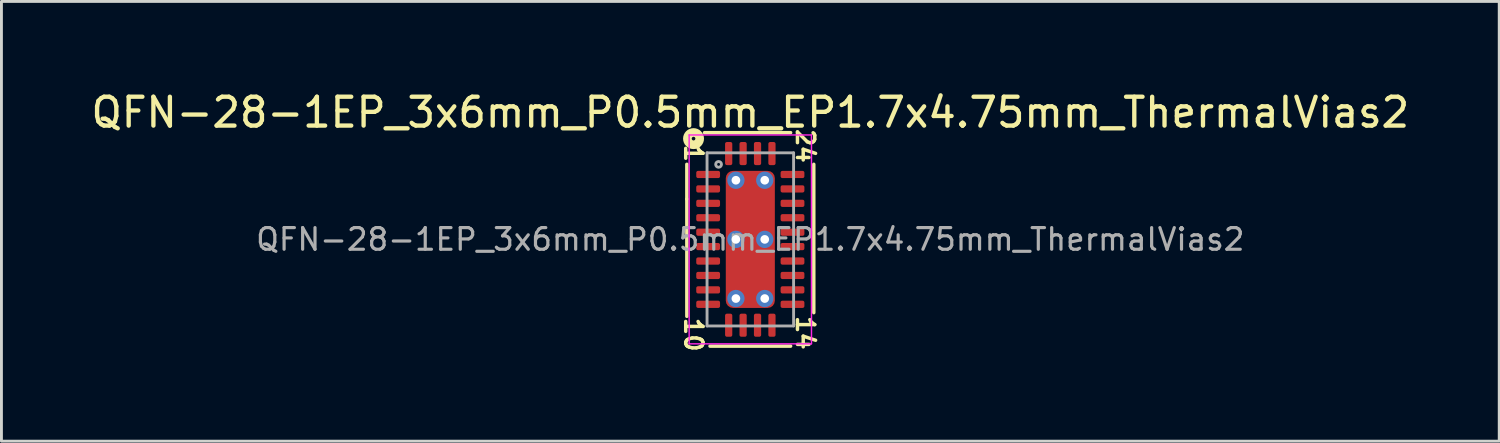
<source format=kicad_pcb>
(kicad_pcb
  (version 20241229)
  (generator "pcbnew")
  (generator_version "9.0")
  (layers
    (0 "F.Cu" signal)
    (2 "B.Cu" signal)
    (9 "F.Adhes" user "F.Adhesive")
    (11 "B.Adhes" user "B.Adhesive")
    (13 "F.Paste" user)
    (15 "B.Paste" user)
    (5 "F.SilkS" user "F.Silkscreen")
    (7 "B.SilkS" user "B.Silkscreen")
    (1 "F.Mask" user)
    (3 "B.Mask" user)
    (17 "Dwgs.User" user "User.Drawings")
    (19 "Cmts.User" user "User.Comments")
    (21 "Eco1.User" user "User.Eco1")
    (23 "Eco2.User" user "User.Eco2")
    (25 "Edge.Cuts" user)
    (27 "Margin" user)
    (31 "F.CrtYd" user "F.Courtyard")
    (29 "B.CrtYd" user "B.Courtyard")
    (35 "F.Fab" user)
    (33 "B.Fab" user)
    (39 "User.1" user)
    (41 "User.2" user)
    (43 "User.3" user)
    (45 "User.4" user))
  (footprint "QFN-28-1EP_3x6mm_P0.5mm_EP1.7x4.75mm_ThermalVias2"
    (layer "F.Cu")
    (at 22.958 5.248)
    (property "Reference" "QFN-28-1EP_3x6mm_P0.5mm_EP1.7x4.75mm_ThermalVias2" (at 0 -4.4 0) (layer "F.SilkS") (effects (font (size 1 1) (thickness 0.15))))
    (attr smd)
    (fp_line (start -2.2 -2.603) (end -2.2 -1.397) (stroke (width 0.12) (type solid)) (layer "F.SilkS"))
    (fp_line (start -2.2 -1.397) (end -2.2 2.667) (stroke (width 0.12) (type solid)) (layer "F.SilkS"))
    (fp_line (start -1.397 3.7) (end 1.397 3.7) (stroke (width 0.12) (type solid)) (layer "F.SilkS"))
    (fp_line (start 1.397 -3.7) (end -1.587 -3.7) (stroke (width 0.12) (type solid)) (layer "F.SilkS"))
    (fp_line (start 2.2 2.54) (end 2.2 -2.603) (stroke (width 0.12) (type solid)) (layer "F.SilkS"))
    (fp_circle (center -1.968 -3.493) (end -1.905 -3.493) (stroke (width 0.3) (type solid)) (fill no) (layer "F.SilkS"))
    (fp_line (start -2.12 -3.62) (end -2.12 3.62) (stroke (width 0.05) (type solid)) (layer "F.CrtYd"))
    (fp_line (start -2.12 3.62) (end 2.12 3.62) (stroke (width 0.05) (type solid)) (layer "F.CrtYd"))
    (fp_line (start 2.12 -3.62) (end -2.12 -3.62) (stroke (width 0.05) (type solid)) (layer "F.CrtYd"))
    (fp_line (start 2.12 3.62) (end 2.12 -3.62) (stroke (width 0.05) (type solid)) (layer "F.CrtYd"))
    (fp_line (start -1.5 -3) (end 1.5 -3) (stroke (width 0.1) (type solid)) (layer "F.Fab"))
    (fp_line (start -1.5 3) (end -1.5 -3) (stroke (width 0.1) (type solid)) (layer "F.Fab"))
    (fp_line (start 1.5 -3) (end 1.5 3) (stroke (width 0.1) (type solid)) (layer "F.Fab"))
    (fp_line (start 1.5 3) (end -1.5 3) (stroke (width 0.1) (type solid)) (layer "F.Fab"))
    (fp_circle (center -1.1 -2.6) (end -1 -2.6) (stroke (width 0.1) (type solid)) (fill no) (layer "F.Fab"))
    (fp_text user "24" (at 1.905 -3.239 270) (unlocked yes) (layer "F.SilkS") (effects (font (size 0.6 0.6) (thickness 0.12))))
    (fp_text user "10" (at -1.968 3.302 270) (unlocked yes) (layer "F.SilkS") (effects (font (size 0.6 0.6) (thickness 0.12))))
    (fp_text user "14" (at 1.905 3.239 270) (unlocked yes) (layer "F.SilkS") (effects (font (size 0.6 0.6) (thickness 0.12))))
    (fp_text user "1" (at -1.968 -2.985 270) (unlocked yes) (layer "F.SilkS") (effects (font (size 0.6 0.6) (thickness 0.12))))
    (fp_text user "${REFERENCE}" (at 0 0 0) (layer "F.Fab") (effects (font (size 0.75 0.75) (thickness 0.11))))
    (pad "" smd roundrect (at -0.362 -1.387) (size 0.525 0.525) (layers "F.Paste") (roundrect_rratio 0.25))
    (pad "" smd roundrect (at -0.362 -0.662) (size 0.525 0.525) (layers "F.Paste") (roundrect_rratio 0.25))
    (pad "" smd roundrect (at -0.362 0.662) (size 0.525 0.525) (layers "F.Paste") (roundrect_rratio 0.25))
    (pad "" smd roundrect (at -0.362 1.387) (size 0.525 0.525) (layers "F.Paste") (roundrect_rratio 0.25))
    (pad "" smd roundrect (at 0 -1.025) (size 1.5 1.45) (layers "F.Mask") (roundrect_rratio 0.172))
    (pad "" smd roundrect (at 0 1.025) (size 1.5 1.45) (layers "F.Mask") (roundrect_rratio 0.172))
    (pad "" smd roundrect (at 0.362 -1.387) (size 0.525 0.525) (layers "F.Paste") (roundrect_rratio 0.25))
    (pad "" smd roundrect (at 0.362 -0.662) (size 0.525 0.525) (layers "F.Paste") (roundrect_rratio 0.25))
    (pad "" smd roundrect (at 0.362 0.662) (size 0.525 0.525) (layers "F.Paste") (roundrect_rratio 0.25))
    (pad "" smd roundrect (at 0.362 1.387) (size 0.525 0.525) (layers "F.Paste") (roundrect_rratio 0.25))
    (pad "1" smd roundrect (at -1.462 -2.25) (size 0.825 0.25) (layers "F.Cu" "F.Mask" "F.Paste") (roundrect_rratio 0.25))
    (pad "2" smd roundrect (at -1.462 -1.75) (size 0.825 0.25) (layers "F.Cu" "F.Mask" "F.Paste") (roundrect_rratio 0.25))
    (pad "3" smd roundrect (at -1.462 -1.25) (size 0.825 0.25) (layers "F.Cu" "F.Mask" "F.Paste") (roundrect_rratio 0.25))
    (pad "4" smd roundrect (at -1.462 -0.75) (size 0.825 0.25) (layers "F.Cu" "F.Mask" "F.Paste") (roundrect_rratio 0.25))
    (pad "5" smd roundrect (at -1.462 -0.25) (size 0.825 0.25) (layers "F.Cu" "F.Mask" "F.Paste") (roundrect_rratio 0.25))
    (pad "6" smd roundrect (at -1.462 0.25) (size 0.825 0.25) (layers "F.Cu" "F.Mask" "F.Paste") (roundrect_rratio 0.25))
    (pad "7" smd roundrect (at -1.462 0.75) (size 0.825 0.25) (layers "F.Cu" "F.Mask" "F.Paste") (roundrect_rratio 0.25))
    (pad "8" smd roundrect (at -1.462 1.25) (size 0.825 0.25) (layers "F.Cu" "F.Mask" "F.Paste") (roundrect_rratio 0.25))
    (pad "9" smd roundrect (at -1.462 1.75) (size 0.825 0.25) (layers "F.Cu" "F.Mask" "F.Paste") (roundrect_rratio 0.25))
    (pad "10" smd roundrect (at -1.462 2.25) (size 0.825 0.25) (layers "F.Cu" "F.Mask" "F.Paste") (roundrect_rratio 0.25))
    (pad "11" smd roundrect (at -0.75 2.975) (size 0.25 0.8) (layers "F.Cu" "F.Mask" "F.Paste") (roundrect_rratio 0.25))
    (pad "12" smd roundrect (at -0.25 2.975) (size 0.25 0.8) (layers "F.Cu" "F.Mask" "F.Paste") (roundrect_rratio 0.25))
    (pad "13" smd roundrect (at 0.25 2.975) (size 0.25 0.8) (layers "F.Cu" "F.Mask" "F.Paste") (roundrect_rratio 0.25))
    (pad "14" smd roundrect (at 0.75 2.975) (size 0.25 0.8) (layers "F.Cu" "F.Mask" "F.Paste") (roundrect_rratio 0.25))
    (pad "15" smd roundrect (at 1.462 2.25) (size 0.825 0.25) (layers "F.Cu" "F.Mask" "F.Paste") (roundrect_rratio 0.25))
    (pad "16" smd roundrect (at 1.462 1.75) (size 0.825 0.25) (layers "F.Cu" "F.Mask" "F.Paste") (roundrect_rratio 0.25))
    (pad "17" smd roundrect (at 1.462 1.25) (size 0.825 0.25) (layers "F.Cu" "F.Mask" "F.Paste") (roundrect_rratio 0.25))
    (pad "18" smd roundrect (at 1.462 0.75) (size 0.825 0.25) (layers "F.Cu" "F.Mask" "F.Paste") (roundrect_rratio 0.25))
    (pad "19" smd roundrect (at 1.462 0.25) (size 0.825 0.25) (layers "F.Cu" "F.Mask" "F.Paste") (roundrect_rratio 0.25))
    (pad "20" smd roundrect (at 1.462 -0.25) (size 0.825 0.25) (layers "F.Cu" "F.Mask" "F.Paste") (roundrect_rratio 0.25))
    (pad "21" smd roundrect (at 1.462 -0.75) (size 0.825 0.25) (layers "F.Cu" "F.Mask" "F.Paste") (roundrect_rratio 0.25))
    (pad "22" smd roundrect (at 1.462 -1.25) (size 0.825 0.25) (layers "F.Cu" "F.Mask" "F.Paste") (roundrect_rratio 0.25))
    (pad "23" smd roundrect (at 1.462 -1.75) (size 0.825 0.25) (layers "F.Cu" "F.Mask" "F.Paste") (roundrect_rratio 0.25))
    (pad "24" smd roundrect (at 1.462 -2.25) (size 0.825 0.25) (layers "F.Cu" "F.Mask" "F.Paste") (roundrect_rratio 0.25))
    (pad "25" smd roundrect (at 0.75 -2.975) (size 0.25 0.8) (layers "F.Cu" "F.Mask" "F.Paste") (roundrect_rratio 0.25))
    (pad "26" smd roundrect (at 0.25 -2.975) (size 0.25 0.8) (layers "F.Cu" "F.Mask" "F.Paste") (roundrect_rratio 0.25))
    (pad "27" smd roundrect (at -0.25 -2.975) (size 0.25 0.8) (layers "F.Cu" "F.Mask" "F.Paste") (roundrect_rratio 0.25))
    (pad "28" smd roundrect (at -0.75 -2.975) (size 0.25 0.8) (layers "F.Cu" "F.Mask" "F.Paste") (roundrect_rratio 0.25))
    (pad "29" thru_hole circle (at -0.5 -2.05) (size 0.6 0.6) (drill 0.3) (property pad_prop_heatsink) (layers "*.Cu" "*.Mask"))
    (pad "29" thru_hole circle (at -0.5 0) (size 0.6 0.6) (drill 0.3) (property pad_prop_heatsink) (layers "*.Cu" "*.Mask"))
    (pad "29" thru_hole circle (at -0.5 2.05) (size 0.6 0.6) (drill 0.3) (property pad_prop_heatsink) (layers "*.Cu" "*.Mask"))
    (pad "29" smd roundrect (at 0 0) (size 1.7 4.75) (layers "F.Cu") (roundrect_rratio 0.147))
    (pad "29" thru_hole circle (at 0.5 -2.05) (size 0.6 0.6) (drill 0.3) (property pad_prop_heatsink) (layers "*.Cu" "*.Mask"))
    (pad "29" thru_hole circle (at 0.5 0) (size 0.6 0.6) (drill 0.3) (property pad_prop_heatsink) (layers "*.Cu" "*.Mask"))
    (pad "29" thru_hole circle (at 0.5 2.05) (size 0.6 0.6) (drill 0.3) (property pad_prop_heatsink) (layers "*.Cu" "*.Mask")))
  (gr_rect
    (start -3 -3)
    (end 48.917 12.242)
    (stroke (width 0.1) (type default))
    (fill no)
    (layer "Edge.Cuts")))
</source>
